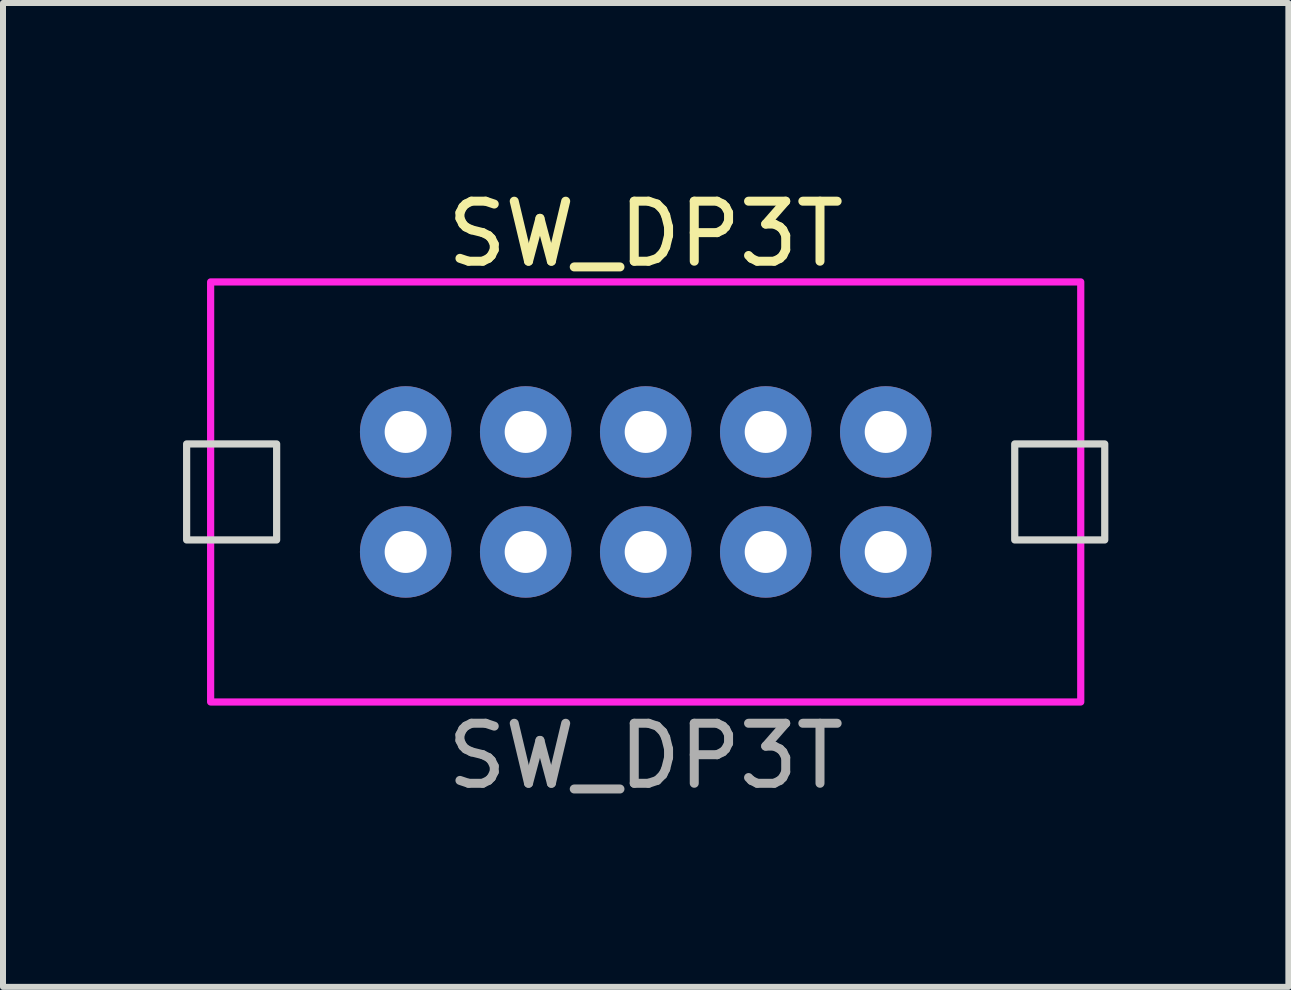
<source format=kicad_pcb>
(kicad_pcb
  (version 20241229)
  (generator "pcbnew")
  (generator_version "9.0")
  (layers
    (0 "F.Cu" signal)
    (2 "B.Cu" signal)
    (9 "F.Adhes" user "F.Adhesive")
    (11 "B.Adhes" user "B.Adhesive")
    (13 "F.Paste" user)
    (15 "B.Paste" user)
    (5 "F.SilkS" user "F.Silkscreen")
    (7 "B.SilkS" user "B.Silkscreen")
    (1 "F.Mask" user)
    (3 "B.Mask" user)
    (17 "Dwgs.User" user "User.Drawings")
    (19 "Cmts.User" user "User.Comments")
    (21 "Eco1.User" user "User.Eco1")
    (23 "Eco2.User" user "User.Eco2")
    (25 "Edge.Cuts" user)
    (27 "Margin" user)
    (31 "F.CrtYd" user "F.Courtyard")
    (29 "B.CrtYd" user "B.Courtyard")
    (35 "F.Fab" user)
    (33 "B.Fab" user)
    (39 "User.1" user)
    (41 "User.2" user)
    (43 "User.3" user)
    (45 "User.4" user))
  (footprint "SW_DP3T"
    (layer "F.Cu")
    (at 7.71 5.148)
    (property "Reference" "SW_DP3T" (at 0 -4.3 0) (unlocked yes) (layer "F.SilkS") (effects (font (size 1 1) (thickness 0.15))))
    (attr through_hole)
    (fp_rect (start -7.65 -0.8) (end -6.15 0.8) (stroke (width 0.12) (type solid)) (fill no) (layer "Edge.Cuts"))
    (fp_rect (start 6.15 -0.8) (end 7.65 0.8) (stroke (width 0.12) (type solid)) (fill no) (layer "Edge.Cuts"))
    (fp_rect (start -7.25 -3.5) (end 7.25 3.5) (stroke (width 0.12) (type solid)) (fill no) (layer "F.CrtYd"))
    (fp_text user "${REFERENCE}" (at 0 4.4 0) (unlocked yes) (layer "F.Fab") (effects (font (size 1 1) (thickness 0.15))))
    (pad "1" thru_hole circle (at -2 1) (size 1.524 1.524) (drill 0.7) (layers "*.Cu" "*.Mask"))
    (pad "2" thru_hole circle (at 0 1) (size 1.524 1.524) (drill 0.7) (layers "*.Cu" "*.Mask"))
    (pad "3" thru_hole circle (at -4 1) (size 1.524 1.524) (drill 0.7) (layers "*.Cu" "*.Mask"))
    (pad "3" thru_hole circle (at 4 1) (size 1.524 1.524) (drill 0.7) (layers "*.Cu" "*.Mask"))
    (pad "4" thru_hole circle (at 2 1) (size 1.524 1.524) (drill 0.7) (layers "*.Cu" "*.Mask"))
    (pad "5" thru_hole circle (at 2 -1) (size 1.524 1.524) (drill 0.7) (layers "*.Cu" "*.Mask"))
    (pad "6" thru_hole circle (at 0 -1) (size 1.524 1.524) (drill 0.7) (layers "*.Cu" "*.Mask"))
    (pad "7" thru_hole circle (at -4 -1) (size 1.524 1.524) (drill 0.7) (layers "*.Cu" "*.Mask"))
    (pad "7" thru_hole circle (at 4 -1) (size 1.524 1.524) (drill 0.7) (layers "*.Cu" "*.Mask"))
    (pad "8" thru_hole circle (at -2 -1) (size 1.524 1.524) (drill 0.7) (layers "*.Cu" "*.Mask")))
  (gr_rect
    (start -3 -3)
    (end 18.42 13.396)
    (stroke (width 0.1) (type default))
    (fill no)
    (layer "Edge.Cuts")))
</source>
